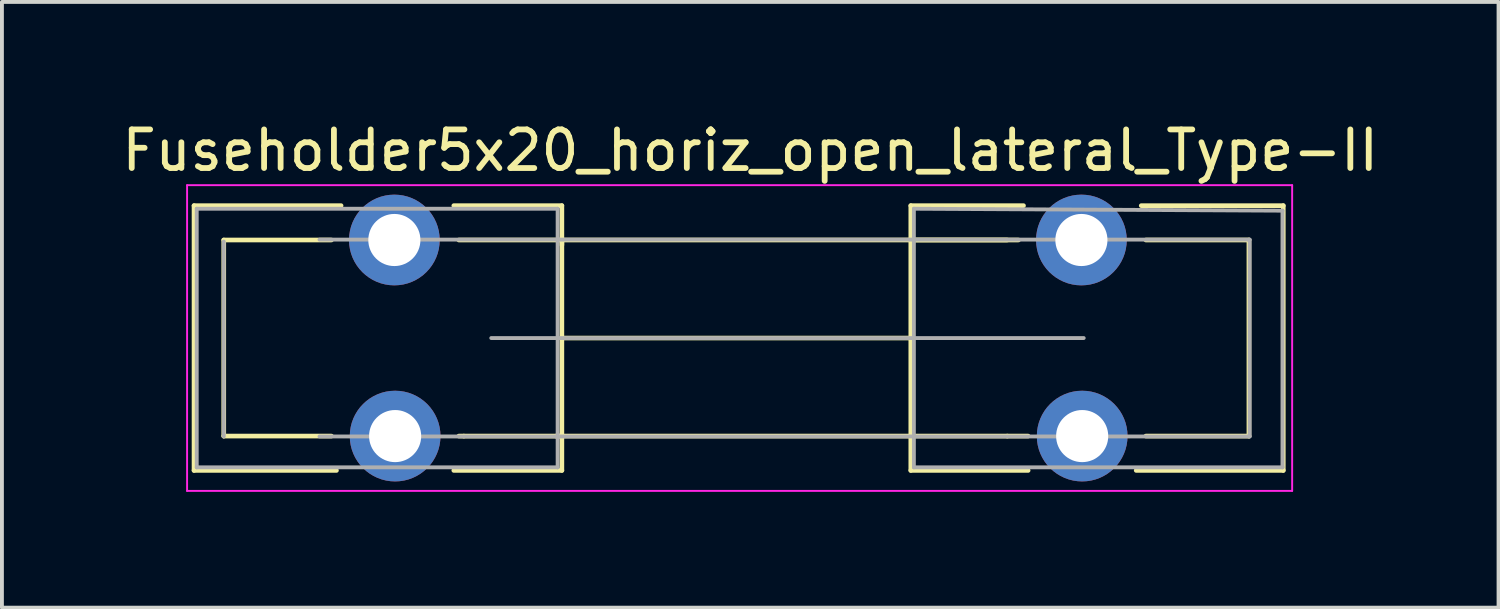
<source format=kicad_pcb>
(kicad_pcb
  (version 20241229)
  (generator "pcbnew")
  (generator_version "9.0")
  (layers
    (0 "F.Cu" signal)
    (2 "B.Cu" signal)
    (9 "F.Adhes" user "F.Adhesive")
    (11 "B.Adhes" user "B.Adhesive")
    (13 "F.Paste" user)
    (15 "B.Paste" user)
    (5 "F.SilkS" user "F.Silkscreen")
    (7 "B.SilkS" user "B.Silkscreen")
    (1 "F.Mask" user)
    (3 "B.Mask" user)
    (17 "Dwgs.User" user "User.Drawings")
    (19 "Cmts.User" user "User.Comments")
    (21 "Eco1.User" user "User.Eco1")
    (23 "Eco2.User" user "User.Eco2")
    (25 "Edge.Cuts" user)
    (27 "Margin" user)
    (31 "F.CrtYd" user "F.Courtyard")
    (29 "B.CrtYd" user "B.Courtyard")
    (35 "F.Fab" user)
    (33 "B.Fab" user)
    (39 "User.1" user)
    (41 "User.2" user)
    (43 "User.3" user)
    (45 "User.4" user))
  (footprint "Fuseholder5x20_horiz_open_lateral_Type-II"
    (layer "F.Cu")
    (at 9.667 3.168)
    (property "Reference" "Fuseholder5x20_horiz_open_lateral_Type-II" (at 6.72 -2.32 0) (layer "F.SilkS") (effects (font (size 1 1) (thickness 0.15))))
    (attr through_hole)
    (fp_line (start -7.69 -0.89) (end -7.69 5.97) (stroke (width 0.12) (type solid)) (layer "F.SilkS"))
    (fp_line (start -7.69 -0.89) (end -3.88 -0.89) (stroke (width 0.12) (type solid)) (layer "F.SilkS"))
    (fp_line (start -7.69 5.97) (end -4 5.97) (stroke (width 0.12) (type solid)) (layer "F.SilkS"))
    (fp_line (start -6.92 0) (end -6.92 5.08) (stroke (width 0.12) (type solid)) (layer "F.SilkS"))
    (fp_line (start -6.92 0) (end -4.13 0) (stroke (width 0.12) (type solid)) (layer "F.SilkS"))
    (fp_line (start -6.92 5.08) (end -4.13 5.08) (stroke (width 0.12) (type solid)) (layer "F.SilkS"))
    (fp_line (start -0.7 5.08) (end -0.83 5.08) (stroke (width 0.12) (type solid)) (layer "F.SilkS"))
    (fp_line (start -0.7 5.08) (end 1.84 5.08) (stroke (width 0.12) (type solid)) (layer "F.SilkS"))
    (fp_line (start 1.82 0) (end 13.38 0) (stroke (width 0.12) (type solid)) (layer "F.SilkS"))
    (fp_line (start 1.84 -0.89) (end -0.96 -0.89) (stroke (width 0.12) (type solid)) (layer "F.SilkS"))
    (fp_line (start 1.84 -0.89) (end 1.84 0.13) (stroke (width 0.12) (type solid)) (layer "F.SilkS"))
    (fp_line (start 1.84 0) (end -0.83 0) (stroke (width 0.12) (type solid)) (layer "F.SilkS"))
    (fp_line (start 1.84 2.54) (end 1.84 0) (stroke (width 0.12) (type solid)) (layer "F.SilkS"))
    (fp_line (start 1.84 5.08) (end 1.84 2.54) (stroke (width 0.12) (type solid)) (layer "F.SilkS"))
    (fp_line (start 1.84 5.97) (end -0.96 5.97) (stroke (width 0.12) (type solid)) (layer "F.SilkS"))
    (fp_line (start 1.84 5.97) (end 1.84 5.08) (stroke (width 0.12) (type solid)) (layer "F.SilkS"))
    (fp_line (start 10.88 -0.89) (end 10.88 0) (stroke (width 0.12) (type solid)) (layer "F.SilkS"))
    (fp_line (start 10.88 -0.89) (end 13.8 -0.89) (stroke (width 0.12) (type solid)) (layer "F.SilkS"))
    (fp_line (start 10.88 0) (end 13.67 0) (stroke (width 0.12) (type solid)) (layer "F.SilkS"))
    (fp_line (start 10.88 2.54) (end 10.88 0) (stroke (width 0.12) (type solid)) (layer "F.SilkS"))
    (fp_line (start 10.88 5.08) (end 10.88 2.54) (stroke (width 0.12) (type solid)) (layer "F.SilkS"))
    (fp_line (start 10.88 5.97) (end 10.88 5.08) (stroke (width 0.12) (type solid)) (layer "F.SilkS"))
    (fp_line (start 10.88 5.97) (end 13.92 5.97) (stroke (width 0.12) (type solid)) (layer "F.SilkS"))
    (fp_line (start 10.91 2.54) (end 1.84 2.54) (stroke (width 0.12) (type solid)) (layer "F.SilkS"))
    (fp_line (start 13.38 5.08) (end 1.69 5.08) (stroke (width 0.12) (type solid)) (layer "F.SilkS"))
    (fp_line (start 13.38 5.08) (end 13.92 5.08) (stroke (width 0.12) (type solid)) (layer "F.SilkS"))
    (fp_line (start 19.64 0) (end 16.97 0) (stroke (width 0.12) (type solid)) (layer "F.SilkS"))
    (fp_line (start 19.64 0) (end 19.64 5.08) (stroke (width 0.12) (type solid)) (layer "F.SilkS"))
    (fp_line (start 19.64 5.08) (end 16.97 5.08) (stroke (width 0.12) (type solid)) (layer "F.SilkS"))
    (fp_line (start 20.53 -0.89) (end 16.85 -0.89) (stroke (width 0.12) (type solid)) (layer "F.SilkS"))
    (fp_line (start 20.53 -0.89) (end 20.53 5.97) (stroke (width 0.12) (type solid)) (layer "F.SilkS"))
    (fp_line (start 20.53 5.97) (end 16.72 5.97) (stroke (width 0.12) (type solid)) (layer "F.SilkS"))
    (fp_line (start -7.87 -1.42) (end -7.87 6.5) (stroke (width 0.05) (type solid)) (layer "F.CrtYd"))
    (fp_line (start -7.87 -1.42) (end 20.76 -1.42) (stroke (width 0.05) (type solid)) (layer "F.CrtYd"))
    (fp_line (start 20.76 6.5) (end -7.87 6.5) (stroke (width 0.05) (type solid)) (layer "F.CrtYd"))
    (fp_line (start 20.76 6.5) (end 20.76 -1.42) (stroke (width 0.05) (type solid)) (layer "F.CrtYd"))
    (fp_line (start -7.62 -0.81) (end 1.73 -0.81) (stroke (width 0.1) (type solid)) (layer "F.Fab"))
    (fp_line (start -7.62 5.89) (end -7.62 -0.81) (stroke (width 0.1) (type solid)) (layer "F.Fab"))
    (fp_line (start -6.92 5.09) (end -6.92 0.04) (stroke (width 0.1) (type solid)) (layer "F.Fab"))
    (fp_line (start -4.44 -0.01) (end 19.66 -0.01) (stroke (width 0.1) (type solid)) (layer "F.Fab"))
    (fp_line (start 0.01 2.54) (end 15.36 2.54) (stroke (width 0.1) (type solid)) (layer "F.Fab"))
    (fp_line (start 1.73 -0.81) (end 1.73 5.89) (stroke (width 0.1) (type solid)) (layer "F.Fab"))
    (fp_line (start 1.73 5.89) (end -7.62 5.89) (stroke (width 0.1) (type solid)) (layer "F.Fab"))
    (fp_line (start 10.96 -0.81) (end 10.96 5.89) (stroke (width 0.1) (type solid)) (layer "F.Fab"))
    (fp_line (start 10.96 5.89) (end 20.51 5.89) (stroke (width 0.1) (type solid)) (layer "F.Fab"))
    (fp_line (start 19.66 -0.01) (end 19.66 5.09) (stroke (width 0.1) (type solid)) (layer "F.Fab"))
    (fp_line (start 19.66 5.09) (end -4.44 5.09) (stroke (width 0.1) (type solid)) (layer "F.Fab"))
    (fp_line (start 20.51 -0.76) (end 10.96 -0.81) (stroke (width 0.1) (type solid)) (layer "F.Fab"))
    (fp_line (start 20.51 5.89) (end 20.51 -0.76) (stroke (width 0.1) (type solid)) (layer "F.Fab"))
    (pad "1" thru_hole circle (at -2.5 0) (size 2.35 2.35) (drill 1.35) (layers "*.Cu" "*.Mask"))
    (pad "1" thru_hole circle (at -2.48 5.08) (size 2.35 2.35) (drill 1.35) (layers "*.Cu" "*.Mask"))
    (pad "2" thru_hole circle (at 15.3 0) (size 2.35 2.35) (drill 1.35) (layers "*.Cu" "*.Mask"))
    (pad "2" thru_hole circle (at 15.32 5.08) (size 2.35 2.35) (drill 1.35) (layers "*.Cu" "*.Mask")))
  (gr_rect
    (start -3 -3)
    (end 35.774 12.693)
    (stroke (width 0.1) (type default))
    (fill no)
    (layer "Edge.Cuts")))
</source>
